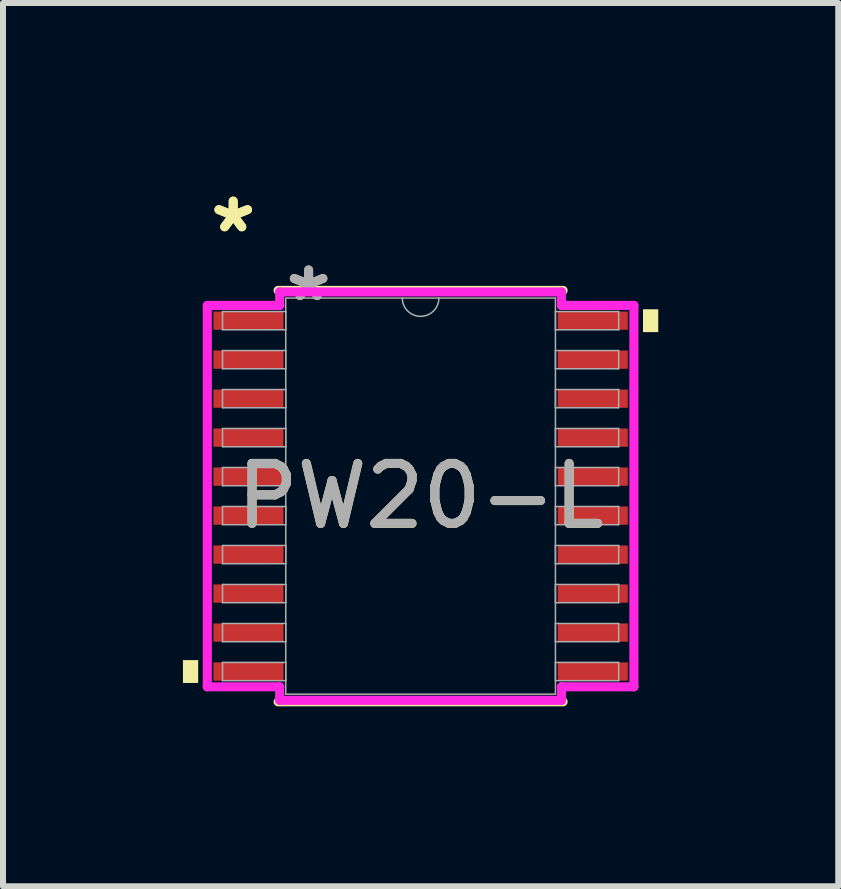
<source format=kicad_pcb>
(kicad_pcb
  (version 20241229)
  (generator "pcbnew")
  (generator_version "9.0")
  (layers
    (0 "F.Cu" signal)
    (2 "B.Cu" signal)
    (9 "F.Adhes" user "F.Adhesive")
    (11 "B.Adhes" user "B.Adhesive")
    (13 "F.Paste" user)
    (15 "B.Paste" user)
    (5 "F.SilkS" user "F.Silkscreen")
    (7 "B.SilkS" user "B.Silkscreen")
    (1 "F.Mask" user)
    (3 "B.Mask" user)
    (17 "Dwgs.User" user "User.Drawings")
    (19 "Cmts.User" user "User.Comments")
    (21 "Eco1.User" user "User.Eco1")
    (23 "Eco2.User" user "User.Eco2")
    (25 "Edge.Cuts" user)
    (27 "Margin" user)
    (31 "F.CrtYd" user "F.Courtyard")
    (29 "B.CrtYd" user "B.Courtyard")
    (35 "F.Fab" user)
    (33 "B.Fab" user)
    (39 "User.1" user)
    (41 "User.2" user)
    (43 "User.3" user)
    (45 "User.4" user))
  (footprint "PW20-L"
    (layer "F.Cu")
    (at 3.962 5.221)
    (property "Reference" "PW20-L" (at 0 0 0) (unlocked yes) (layer "F.SilkS") (effects (font (size 1 1) (thickness 0.15))))
    (attr smd)
    (fp_line (start -2.375 3.429) (end 2.375 3.429) (stroke (width 0.152) (type solid)) (layer "F.SilkS"))
    (fp_line (start 2.375 -3.429) (end -2.375 -3.429) (stroke (width 0.152) (type solid)) (layer "F.SilkS"))
    (fp_poly (pts (xy -3.962 2.734) (xy -3.962 3.115) (xy -3.708 3.115) (xy -3.708 2.734)) (stroke (width 0) (type solid)) (fill yes) (layer "F.SilkS"))
    (fp_poly (pts (xy 3.962 -3.115) (xy 3.962 -2.734) (xy 3.708 -2.734) (xy 3.708 -3.115)) (stroke (width 0) (type solid)) (fill yes) (layer "F.SilkS"))
    (fp_line (start -3.556 -3.179) (end -2.349 -3.179) (stroke (width 0.152) (type solid)) (layer "F.CrtYd"))
    (fp_line (start -3.556 3.179) (end -3.556 -3.179) (stroke (width 0.152) (type solid)) (layer "F.CrtYd"))
    (fp_line (start -3.556 3.179) (end -2.349 3.179) (stroke (width 0.152) (type solid)) (layer "F.CrtYd"))
    (fp_line (start -2.349 -3.404) (end 2.349 -3.404) (stroke (width 0.152) (type solid)) (layer "F.CrtYd"))
    (fp_line (start -2.349 -3.179) (end -2.349 -3.404) (stroke (width 0.152) (type solid)) (layer "F.CrtYd"))
    (fp_line (start -2.349 3.404) (end -2.349 3.179) (stroke (width 0.152) (type solid)) (layer "F.CrtYd"))
    (fp_line (start 2.349 -3.404) (end 2.349 -3.179) (stroke (width 0.152) (type solid)) (layer "F.CrtYd"))
    (fp_line (start 2.349 3.179) (end 2.349 3.404) (stroke (width 0.152) (type solid)) (layer "F.CrtYd"))
    (fp_line (start 2.349 3.404) (end -2.349 3.404) (stroke (width 0.152) (type solid)) (layer "F.CrtYd"))
    (fp_line (start 3.556 -3.179) (end 2.349 -3.179) (stroke (width 0.152) (type solid)) (layer "F.CrtYd"))
    (fp_line (start 3.556 -3.179) (end 3.556 3.179) (stroke (width 0.152) (type solid)) (layer "F.CrtYd"))
    (fp_line (start 3.556 3.179) (end 2.349 3.179) (stroke (width 0.152) (type solid)) (layer "F.CrtYd"))
    (fp_line (start -3.302 -3.077) (end -3.302 -2.773) (stroke (width 0.025) (type solid)) (layer "F.Fab"))
    (fp_line (start -3.302 -2.773) (end -2.248 -2.773) (stroke (width 0.025) (type solid)) (layer "F.Fab"))
    (fp_line (start -3.302 -2.427) (end -3.302 -2.123) (stroke (width 0.025) (type solid)) (layer "F.Fab"))
    (fp_line (start -3.302 -2.123) (end -2.248 -2.123) (stroke (width 0.025) (type solid)) (layer "F.Fab"))
    (fp_line (start -3.302 -1.777) (end -3.302 -1.473) (stroke (width 0.025) (type solid)) (layer "F.Fab"))
    (fp_line (start -3.302 -1.473) (end -2.248 -1.473) (stroke (width 0.025) (type solid)) (layer "F.Fab"))
    (fp_line (start -3.302 -1.127) (end -3.302 -0.823) (stroke (width 0.025) (type solid)) (layer "F.Fab"))
    (fp_line (start -3.302 -0.823) (end -2.248 -0.823) (stroke (width 0.025) (type solid)) (layer "F.Fab"))
    (fp_line (start -3.302 -0.477) (end -3.302 -0.173) (stroke (width 0.025) (type solid)) (layer "F.Fab"))
    (fp_line (start -3.302 -0.173) (end -2.248 -0.173) (stroke (width 0.025) (type solid)) (layer "F.Fab"))
    (fp_line (start -3.302 0.173) (end -3.302 0.477) (stroke (width 0.025) (type solid)) (layer "F.Fab"))
    (fp_line (start -3.302 0.477) (end -2.248 0.477) (stroke (width 0.025) (type solid)) (layer "F.Fab"))
    (fp_line (start -3.302 0.823) (end -3.302 1.127) (stroke (width 0.025) (type solid)) (layer "F.Fab"))
    (fp_line (start -3.302 1.127) (end -2.248 1.127) (stroke (width 0.025) (type solid)) (layer "F.Fab"))
    (fp_line (start -3.302 1.473) (end -3.302 1.777) (stroke (width 0.025) (type solid)) (layer "F.Fab"))
    (fp_line (start -3.302 1.777) (end -2.248 1.777) (stroke (width 0.025) (type solid)) (layer "F.Fab"))
    (fp_line (start -3.302 2.123) (end -3.302 2.427) (stroke (width 0.025) (type solid)) (layer "F.Fab"))
    (fp_line (start -3.302 2.427) (end -2.248 2.427) (stroke (width 0.025) (type solid)) (layer "F.Fab"))
    (fp_line (start -3.302 2.773) (end -3.302 3.077) (stroke (width 0.025) (type solid)) (layer "F.Fab"))
    (fp_line (start -3.302 3.077) (end -2.248 3.077) (stroke (width 0.025) (type solid)) (layer "F.Fab"))
    (fp_line (start -2.248 -3.302) (end -2.248 3.302) (stroke (width 0.025) (type solid)) (layer "F.Fab"))
    (fp_line (start -2.248 -3.077) (end -3.302 -3.077) (stroke (width 0.025) (type solid)) (layer "F.Fab"))
    (fp_line (start -2.248 -2.773) (end -2.248 -3.077) (stroke (width 0.025) (type solid)) (layer "F.Fab"))
    (fp_line (start -2.248 -2.427) (end -3.302 -2.427) (stroke (width 0.025) (type solid)) (layer "F.Fab"))
    (fp_line (start -2.248 -2.123) (end -2.248 -2.427) (stroke (width 0.025) (type solid)) (layer "F.Fab"))
    (fp_line (start -2.248 -1.777) (end -3.302 -1.777) (stroke (width 0.025) (type solid)) (layer "F.Fab"))
    (fp_line (start -2.248 -1.473) (end -2.248 -1.777) (stroke (width 0.025) (type solid)) (layer "F.Fab"))
    (fp_line (start -2.248 -1.127) (end -3.302 -1.127) (stroke (width 0.025) (type solid)) (layer "F.Fab"))
    (fp_line (start -2.248 -0.823) (end -2.248 -1.127) (stroke (width 0.025) (type solid)) (layer "F.Fab"))
    (fp_line (start -2.248 -0.477) (end -3.302 -0.477) (stroke (width 0.025) (type solid)) (layer "F.Fab"))
    (fp_line (start -2.248 -0.173) (end -2.248 -0.477) (stroke (width 0.025) (type solid)) (layer "F.Fab"))
    (fp_line (start -2.248 0.173) (end -3.302 0.173) (stroke (width 0.025) (type solid)) (layer "F.Fab"))
    (fp_line (start -2.248 0.477) (end -2.248 0.173) (stroke (width 0.025) (type solid)) (layer "F.Fab"))
    (fp_line (start -2.248 0.823) (end -3.302 0.823) (stroke (width 0.025) (type solid)) (layer "F.Fab"))
    (fp_line (start -2.248 1.127) (end -2.248 0.823) (stroke (width 0.025) (type solid)) (layer "F.Fab"))
    (fp_line (start -2.248 1.473) (end -3.302 1.473) (stroke (width 0.025) (type solid)) (layer "F.Fab"))
    (fp_line (start -2.248 1.777) (end -2.248 1.473) (stroke (width 0.025) (type solid)) (layer "F.Fab"))
    (fp_line (start -2.248 2.123) (end -3.302 2.123) (stroke (width 0.025) (type solid)) (layer "F.Fab"))
    (fp_line (start -2.248 2.427) (end -2.248 2.123) (stroke (width 0.025) (type solid)) (layer "F.Fab"))
    (fp_line (start -2.248 2.773) (end -3.302 2.773) (stroke (width 0.025) (type solid)) (layer "F.Fab"))
    (fp_line (start -2.248 3.077) (end -2.248 2.773) (stroke (width 0.025) (type solid)) (layer "F.Fab"))
    (fp_line (start -2.248 3.302) (end 2.248 3.302) (stroke (width 0.025) (type solid)) (layer "F.Fab"))
    (fp_line (start 2.248 -3.302) (end -2.248 -3.302) (stroke (width 0.025) (type solid)) (layer "F.Fab"))
    (fp_line (start 2.248 -3.077) (end 2.248 -2.773) (stroke (width 0.025) (type solid)) (layer "F.Fab"))
    (fp_line (start 2.248 -2.773) (end 3.302 -2.773) (stroke (width 0.025) (type solid)) (layer "F.Fab"))
    (fp_line (start 2.248 -2.427) (end 2.248 -2.123) (stroke (width 0.025) (type solid)) (layer "F.Fab"))
    (fp_line (start 2.248 -2.123) (end 3.302 -2.123) (stroke (width 0.025) (type solid)) (layer "F.Fab"))
    (fp_line (start 2.248 -1.777) (end 2.248 -1.473) (stroke (width 0.025) (type solid)) (layer "F.Fab"))
    (fp_line (start 2.248 -1.473) (end 3.302 -1.473) (stroke (width 0.025) (type solid)) (layer "F.Fab"))
    (fp_line (start 2.248 -1.127) (end 2.248 -0.823) (stroke (width 0.025) (type solid)) (layer "F.Fab"))
    (fp_line (start 2.248 -0.823) (end 3.302 -0.823) (stroke (width 0.025) (type solid)) (layer "F.Fab"))
    (fp_line (start 2.248 -0.477) (end 2.248 -0.173) (stroke (width 0.025) (type solid)) (layer "F.Fab"))
    (fp_line (start 2.248 -0.173) (end 3.302 -0.173) (stroke (width 0.025) (type solid)) (layer "F.Fab"))
    (fp_line (start 2.248 0.173) (end 2.248 0.477) (stroke (width 0.025) (type solid)) (layer "F.Fab"))
    (fp_line (start 2.248 0.477) (end 3.302 0.477) (stroke (width 0.025) (type solid)) (layer "F.Fab"))
    (fp_line (start 2.248 0.823) (end 2.248 1.127) (stroke (width 0.025) (type solid)) (layer "F.Fab"))
    (fp_line (start 2.248 1.127) (end 3.302 1.127) (stroke (width 0.025) (type solid)) (layer "F.Fab"))
    (fp_line (start 2.248 1.473) (end 2.248 1.777) (stroke (width 0.025) (type solid)) (layer "F.Fab"))
    (fp_line (start 2.248 1.777) (end 3.302 1.777) (stroke (width 0.025) (type solid)) (layer "F.Fab"))
    (fp_line (start 2.248 2.123) (end 2.248 2.427) (stroke (width 0.025) (type solid)) (layer "F.Fab"))
    (fp_line (start 2.248 2.427) (end 3.302 2.427) (stroke (width 0.025) (type solid)) (layer "F.Fab"))
    (fp_line (start 2.248 2.773) (end 2.248 3.077) (stroke (width 0.025) (type solid)) (layer "F.Fab"))
    (fp_line (start 2.248 3.077) (end 3.302 3.077) (stroke (width 0.025) (type solid)) (layer "F.Fab"))
    (fp_line (start 2.248 3.302) (end 2.248 -3.302) (stroke (width 0.025) (type solid)) (layer "F.Fab"))
    (fp_line (start 3.302 -3.077) (end 2.248 -3.077) (stroke (width 0.025) (type solid)) (layer "F.Fab"))
    (fp_line (start 3.302 -2.773) (end 3.302 -3.077) (stroke (width 0.025) (type solid)) (layer "F.Fab"))
    (fp_line (start 3.302 -2.427) (end 2.248 -2.427) (stroke (width 0.025) (type solid)) (layer "F.Fab"))
    (fp_line (start 3.302 -2.123) (end 3.302 -2.427) (stroke (width 0.025) (type solid)) (layer "F.Fab"))
    (fp_line (start 3.302 -1.777) (end 2.248 -1.777) (stroke (width 0.025) (type solid)) (layer "F.Fab"))
    (fp_line (start 3.302 -1.473) (end 3.302 -1.777) (stroke (width 0.025) (type solid)) (layer "F.Fab"))
    (fp_line (start 3.302 -1.127) (end 2.248 -1.127) (stroke (width 0.025) (type solid)) (layer "F.Fab"))
    (fp_line (start 3.302 -0.823) (end 3.302 -1.127) (stroke (width 0.025) (type solid)) (layer "F.Fab"))
    (fp_line (start 3.302 -0.477) (end 2.248 -0.477) (stroke (width 0.025) (type solid)) (layer "F.Fab"))
    (fp_line (start 3.302 -0.173) (end 3.302 -0.477) (stroke (width 0.025) (type solid)) (layer "F.Fab"))
    (fp_line (start 3.302 0.173) (end 2.248 0.173) (stroke (width 0.025) (type solid)) (layer "F.Fab"))
    (fp_line (start 3.302 0.477) (end 3.302 0.173) (stroke (width 0.025) (type solid)) (layer "F.Fab"))
    (fp_line (start 3.302 0.823) (end 2.248 0.823) (stroke (width 0.025) (type solid)) (layer "F.Fab"))
    (fp_line (start 3.302 1.127) (end 3.302 0.823) (stroke (width 0.025) (type solid)) (layer "F.Fab"))
    (fp_line (start 3.302 1.473) (end 2.248 1.473) (stroke (width 0.025) (type solid)) (layer "F.Fab"))
    (fp_line (start 3.302 1.777) (end 3.302 1.473) (stroke (width 0.025) (type solid)) (layer "F.Fab"))
    (fp_line (start 3.302 2.123) (end 2.248 2.123) (stroke (width 0.025) (type solid)) (layer "F.Fab"))
    (fp_line (start 3.302 2.427) (end 3.302 2.123) (stroke (width 0.025) (type solid)) (layer "F.Fab"))
    (fp_line (start 3.302 2.773) (end 2.248 2.773) (stroke (width 0.025) (type solid)) (layer "F.Fab"))
    (fp_line (start 3.302 3.077) (end 3.302 2.773) (stroke (width 0.025) (type solid)) (layer "F.Fab"))
    (fp_arc (start 0.3048 -3.302) (mid 0 -2.9972) (end -0.3048 -3.302) (stroke (width 0.0254) (type solid)) (layer "F.Fab"))
    (fp_text user "*" (at -3.124 -4.373 0) (layer "F.SilkS") (effects (font (size 1 1) (thickness 0.15))))
    (fp_text user "*" (at -3.124 -4.373 0) (unlocked yes) (layer "F.SilkS") (effects (font (size 1 1) (thickness 0.15))))
    (fp_text user "${REFERENCE}" (at 0 0 0) (unlocked yes) (layer "F.Fab") (effects (font (size 1 1) (thickness 0.15))))
    (fp_text user "*" (at -1.867 -3.226 0) (unlocked yes) (layer "F.Fab") (effects (font (size 1 1) (thickness 0.15))))
    (fp_text user "*" (at -1.867 -3.226 0) (layer "F.Fab") (effects (font (size 1 1) (thickness 0.15))))
    (pad "1" smd rect (at -2.87 -2.925) (size 1.168 0.305) (layers "F.Cu" "F.Mask" "F.Paste"))
    (pad "2" smd rect (at -2.87 -2.275) (size 1.168 0.305) (layers "F.Cu" "F.Mask" "F.Paste"))
    (pad "3" smd rect (at -2.87 -1.625) (size 1.168 0.305) (layers "F.Cu" "F.Mask" "F.Paste"))
    (pad "4" smd rect (at -2.87 -0.975) (size 1.168 0.305) (layers "F.Cu" "F.Mask" "F.Paste"))
    (pad "5" smd rect (at -2.87 -0.325) (size 1.168 0.305) (layers "F.Cu" "F.Mask" "F.Paste"))
    (pad "6" smd rect (at -2.87 0.325) (size 1.168 0.305) (layers "F.Cu" "F.Mask" "F.Paste"))
    (pad "7" smd rect (at -2.87 0.975) (size 1.168 0.305) (layers "F.Cu" "F.Mask" "F.Paste"))
    (pad "8" smd rect (at -2.87 1.625) (size 1.168 0.305) (layers "F.Cu" "F.Mask" "F.Paste"))
    (pad "9" smd rect (at -2.87 2.275) (size 1.168 0.305) (layers "F.Cu" "F.Mask" "F.Paste"))
    (pad "10" smd rect (at -2.87 2.925) (size 1.168 0.305) (layers "F.Cu" "F.Mask" "F.Paste"))
    (pad "11" smd rect (at 2.87 2.925) (size 1.168 0.305) (layers "F.Cu" "F.Mask" "F.Paste"))
    (pad "12" smd rect (at 2.87 2.275) (size 1.168 0.305) (layers "F.Cu" "F.Mask" "F.Paste"))
    (pad "13" smd rect (at 2.87 1.625) (size 1.168 0.305) (layers "F.Cu" "F.Mask" "F.Paste"))
    (pad "14" smd rect (at 2.87 0.975) (size 1.168 0.305) (layers "F.Cu" "F.Mask" "F.Paste"))
    (pad "15" smd rect (at 2.87 0.325) (size 1.168 0.305) (layers "F.Cu" "F.Mask" "F.Paste"))
    (pad "16" smd rect (at 2.87 -0.325) (size 1.168 0.305) (layers "F.Cu" "F.Mask" "F.Paste"))
    (pad "17" smd rect (at 2.87 -0.975) (size 1.168 0.305) (layers "F.Cu" "F.Mask" "F.Paste"))
    (pad "18" smd rect (at 2.87 -1.625) (size 1.168 0.305) (layers "F.Cu" "F.Mask" "F.Paste"))
    (pad "19" smd rect (at 2.87 -2.275) (size 1.168 0.305) (layers "F.Cu" "F.Mask" "F.Paste"))
    (pad "20" smd rect (at 2.87 -2.925) (size 1.168 0.305) (layers "F.Cu" "F.Mask" "F.Paste")))
  (gr_rect
    (start -3 -3)
    (end 10.925 11.726)
    (stroke (width 0.1) (type default))
    (fill no)
    (layer "Edge.Cuts")))
</source>
